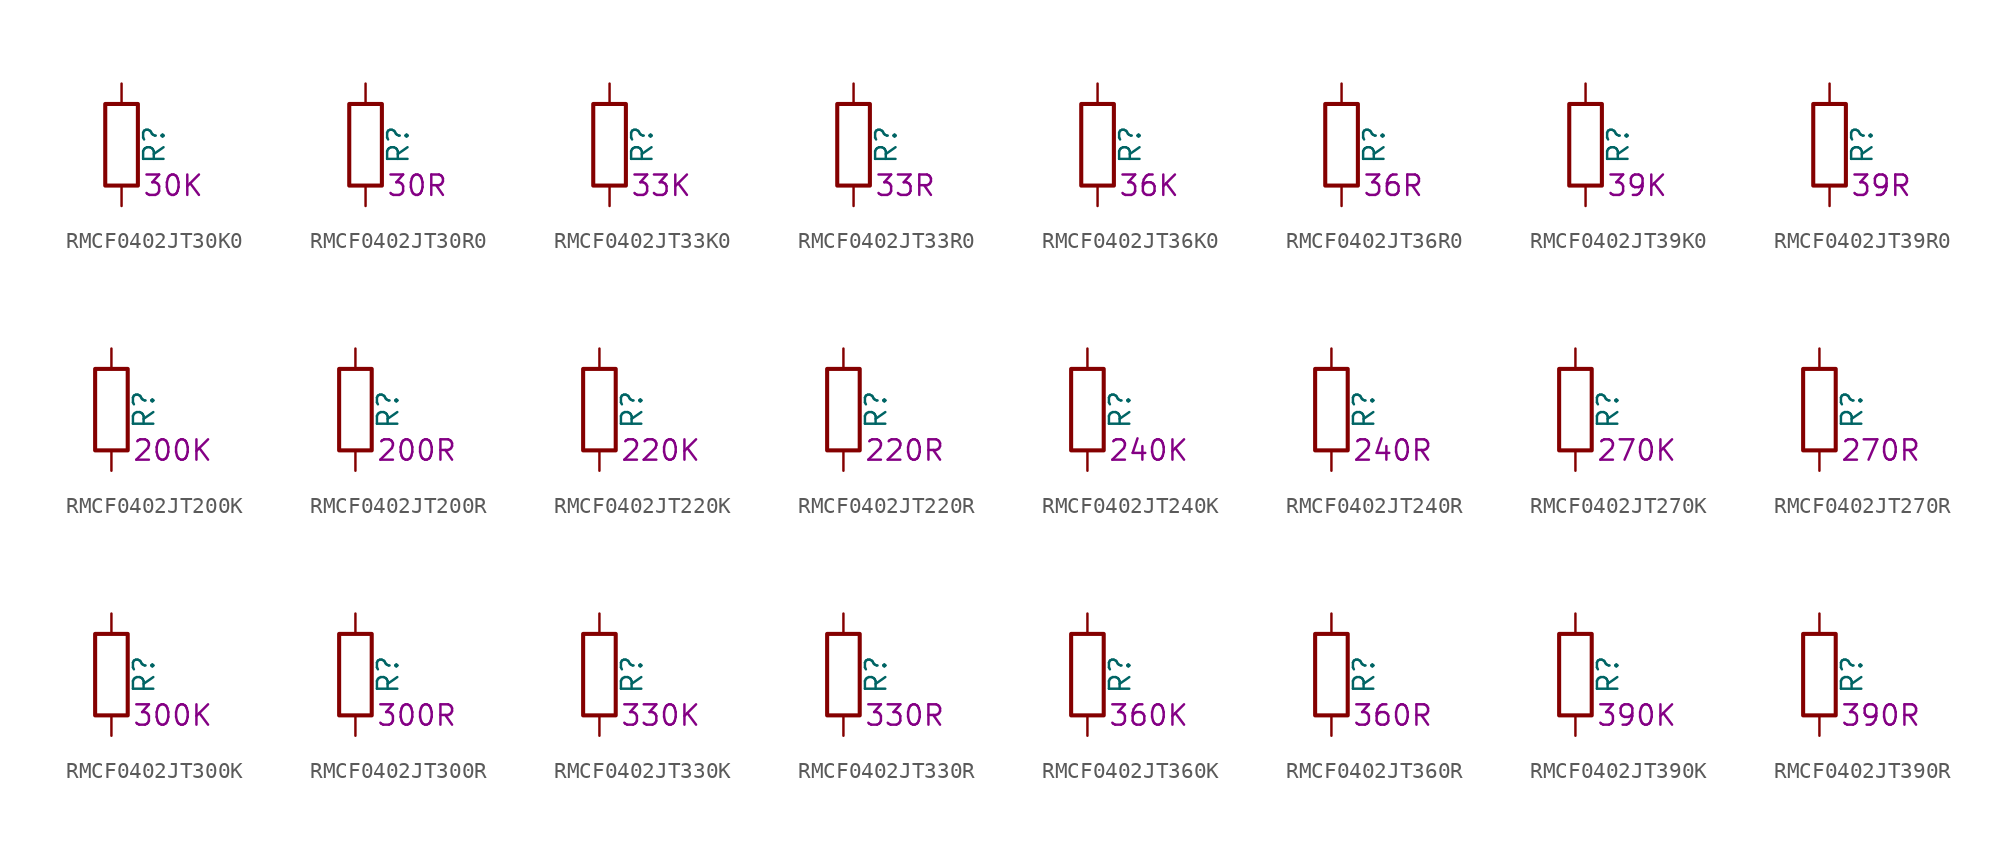
<source format=kicad_sym>
(kicad_symbol_lib
  (version 20220914)
  (generator kicad_symbol_editor)
  (symbol "RMCF0402JT30K0"
    (pin_numbers hide)
    (pin_names
      (offset 0))
    (property "Reference" "R"
      (at 2.032 0 90)
      (effects (font (size 1.27 1.27))))
    (property "Resistance" "30K"
      (at 1.27 -2.54 0)
      (effects (font (size 1.27 1.27)) (justify left)))
    (symbol "RMCF0402JT30K0_0_1"
      (rectangle (start -1.016 -2.54) (end 1.016 2.54) (stroke (width 0.254) (type default)) (fill (type none))))
    (symbol "RMCF0402JT30K0_1_1"
      (pin passive line (at 0 3.81 270) (length 1.27) (name "~" (effects (font (size 1.27 1.27)))) (number "1" (effects (font (size 1.27 1.27)))))
      (pin passive line (at 0 -3.81 90) (length 1.27) (name "~" (effects (font (size 1.27 1.27)))) (number "2" (effects (font (size 1.27 1.27)))))))
  (symbol "RMCF0402JT30R0"
    (pin_numbers hide)
    (pin_names
      (offset 0))
    (property "Reference" "R"
      (at 2.032 0 90)
      (effects (font (size 1.27 1.27))))
    (property "Resistance" "30R"
      (at 1.27 -2.54 0)
      (effects (font (size 1.27 1.27)) (justify left)))
    (symbol "RMCF0402JT30R0_0_1"
      (rectangle (start -1.016 -2.54) (end 1.016 2.54) (stroke (width 0.254) (type default)) (fill (type none))))
    (symbol "RMCF0402JT30R0_1_1"
      (pin passive line (at 0 3.81 270) (length 1.27) (name "~" (effects (font (size 1.27 1.27)))) (number "1" (effects (font (size 1.27 1.27)))))
      (pin passive line (at 0 -3.81 90) (length 1.27) (name "~" (effects (font (size 1.27 1.27)))) (number "2" (effects (font (size 1.27 1.27)))))))
  (symbol "RMCF0402JT33K0"
    (pin_numbers hide)
    (pin_names
      (offset 0))
    (property "Reference" "R"
      (at 2.032 0 90)
      (effects (font (size 1.27 1.27))))
    (property "Resistance" "33K"
      (at 1.27 -2.54 0)
      (effects (font (size 1.27 1.27)) (justify left)))
    (symbol "RMCF0402JT33K0_0_1"
      (rectangle (start -1.016 -2.54) (end 1.016 2.54) (stroke (width 0.254) (type default)) (fill (type none))))
    (symbol "RMCF0402JT33K0_1_1"
      (pin passive line (at 0 3.81 270) (length 1.27) (name "~" (effects (font (size 1.27 1.27)))) (number "1" (effects (font (size 1.27 1.27)))))
      (pin passive line (at 0 -3.81 90) (length 1.27) (name "~" (effects (font (size 1.27 1.27)))) (number "2" (effects (font (size 1.27 1.27)))))))
  (symbol "RMCF0402JT33R0"
    (pin_numbers hide)
    (pin_names
      (offset 0))
    (property "Reference" "R"
      (at 2.032 0 90)
      (effects (font (size 1.27 1.27))))
    (property "Resistance" "33R"
      (at 1.27 -2.54 0)
      (effects (font (size 1.27 1.27)) (justify left)))
    (symbol "RMCF0402JT33R0_0_1"
      (rectangle (start -1.016 -2.54) (end 1.016 2.54) (stroke (width 0.254) (type default)) (fill (type none))))
    (symbol "RMCF0402JT33R0_1_1"
      (pin passive line (at 0 3.81 270) (length 1.27) (name "~" (effects (font (size 1.27 1.27)))) (number "1" (effects (font (size 1.27 1.27)))))
      (pin passive line (at 0 -3.81 90) (length 1.27) (name "~" (effects (font (size 1.27 1.27)))) (number "2" (effects (font (size 1.27 1.27)))))))
  (symbol "RMCF0402JT36K0"
    (pin_numbers hide)
    (pin_names
      (offset 0))
    (property "Reference" "R"
      (at 2.032 0 90)
      (effects (font (size 1.27 1.27))))
    (property "Resistance" "36K"
      (at 1.27 -2.54 0)
      (effects (font (size 1.27 1.27)) (justify left)))
    (symbol "RMCF0402JT36K0_0_1"
      (rectangle (start -1.016 -2.54) (end 1.016 2.54) (stroke (width 0.254) (type default)) (fill (type none))))
    (symbol "RMCF0402JT36K0_1_1"
      (pin passive line (at 0 3.81 270) (length 1.27) (name "~" (effects (font (size 1.27 1.27)))) (number "1" (effects (font (size 1.27 1.27)))))
      (pin passive line (at 0 -3.81 90) (length 1.27) (name "~" (effects (font (size 1.27 1.27)))) (number "2" (effects (font (size 1.27 1.27)))))))
  (symbol "RMCF0402JT36R0"
    (pin_numbers hide)
    (pin_names
      (offset 0))
    (property "Reference" "R"
      (at 2.032 0 90)
      (effects (font (size 1.27 1.27))))
    (property "Resistance" "36R"
      (at 1.27 -2.54 0)
      (effects (font (size 1.27 1.27)) (justify left)))
    (symbol "RMCF0402JT36R0_0_1"
      (rectangle (start -1.016 -2.54) (end 1.016 2.54) (stroke (width 0.254) (type default)) (fill (type none))))
    (symbol "RMCF0402JT36R0_1_1"
      (pin passive line (at 0 3.81 270) (length 1.27) (name "~" (effects (font (size 1.27 1.27)))) (number "1" (effects (font (size 1.27 1.27)))))
      (pin passive line (at 0 -3.81 90) (length 1.27) (name "~" (effects (font (size 1.27 1.27)))) (number "2" (effects (font (size 1.27 1.27)))))))
  (symbol "RMCF0402JT39K0"
    (pin_numbers hide)
    (pin_names
      (offset 0))
    (property "Reference" "R"
      (at 2.032 0 90)
      (effects (font (size 1.27 1.27))))
    (property "Resistance" "39K"
      (at 1.27 -2.54 0)
      (effects (font (size 1.27 1.27)) (justify left)))
    (symbol "RMCF0402JT39K0_0_1"
      (rectangle (start -1.016 -2.54) (end 1.016 2.54) (stroke (width 0.254) (type default)) (fill (type none))))
    (symbol "RMCF0402JT39K0_1_1"
      (pin passive line (at 0 3.81 270) (length 1.27) (name "~" (effects (font (size 1.27 1.27)))) (number "1" (effects (font (size 1.27 1.27)))))
      (pin passive line (at 0 -3.81 90) (length 1.27) (name "~" (effects (font (size 1.27 1.27)))) (number "2" (effects (font (size 1.27 1.27)))))))
  (symbol "RMCF0402JT39R0"
    (pin_numbers hide)
    (pin_names
      (offset 0))
    (property "Reference" "R"
      (at 2.032 0 90)
      (effects (font (size 1.27 1.27))))
    (property "Resistance" "39R"
      (at 1.27 -2.54 0)
      (effects (font (size 1.27 1.27)) (justify left)))
    (symbol "RMCF0402JT39R0_0_1"
      (rectangle (start -1.016 -2.54) (end 1.016 2.54) (stroke (width 0.254) (type default)) (fill (type none))))
    (symbol "RMCF0402JT39R0_1_1"
      (pin passive line (at 0 3.81 270) (length 1.27) (name "~" (effects (font (size 1.27 1.27)))) (number "1" (effects (font (size 1.27 1.27)))))
      (pin passive line (at 0 -3.81 90) (length 1.27) (name "~" (effects (font (size 1.27 1.27)))) (number "2" (effects (font (size 1.27 1.27)))))))
  (symbol "RMCF0402JT200K"
    (pin_numbers hide)
    (pin_names
      (offset 0))
    (property "Reference" "R"
      (at 2.032 0 90)
      (effects (font (size 1.27 1.27))))
    (property "Resistance" "200K"
      (at 1.27 -2.54 0)
      (effects (font (size 1.27 1.27)) (justify left)))
    (symbol "RMCF0402JT200K_0_1"
      (rectangle (start -1.016 -2.54) (end 1.016 2.54) (stroke (width 0.254) (type default)) (fill (type none))))
    (symbol "RMCF0402JT200K_1_1"
      (pin passive line (at 0 3.81 270) (length 1.27) (name "~" (effects (font (size 1.27 1.27)))) (number "1" (effects (font (size 1.27 1.27)))))
      (pin passive line (at 0 -3.81 90) (length 1.27) (name "~" (effects (font (size 1.27 1.27)))) (number "2" (effects (font (size 1.27 1.27)))))))
  (symbol "RMCF0402JT200R"
    (pin_numbers hide)
    (pin_names
      (offset 0))
    (property "Reference" "R"
      (at 2.032 0 90)
      (effects (font (size 1.27 1.27))))
    (property "Resistance" "200R"
      (at 1.27 -2.54 0)
      (effects (font (size 1.27 1.27)) (justify left)))
    (symbol "RMCF0402JT200R_0_1"
      (rectangle (start -1.016 -2.54) (end 1.016 2.54) (stroke (width 0.254) (type default)) (fill (type none))))
    (symbol "RMCF0402JT200R_1_1"
      (pin passive line (at 0 3.81 270) (length 1.27) (name "~" (effects (font (size 1.27 1.27)))) (number "1" (effects (font (size 1.27 1.27)))))
      (pin passive line (at 0 -3.81 90) (length 1.27) (name "~" (effects (font (size 1.27 1.27)))) (number "2" (effects (font (size 1.27 1.27)))))))
  (symbol "RMCF0402JT220K"
    (pin_numbers hide)
    (pin_names
      (offset 0))
    (property "Reference" "R"
      (at 2.032 0 90)
      (effects (font (size 1.27 1.27))))
    (property "Resistance" "220K"
      (at 1.27 -2.54 0)
      (effects (font (size 1.27 1.27)) (justify left)))
    (symbol "RMCF0402JT220K_0_1"
      (rectangle (start -1.016 -2.54) (end 1.016 2.54) (stroke (width 0.254) (type default)) (fill (type none))))
    (symbol "RMCF0402JT220K_1_1"
      (pin passive line (at 0 3.81 270) (length 1.27) (name "~" (effects (font (size 1.27 1.27)))) (number "1" (effects (font (size 1.27 1.27)))))
      (pin passive line (at 0 -3.81 90) (length 1.27) (name "~" (effects (font (size 1.27 1.27)))) (number "2" (effects (font (size 1.27 1.27)))))))
  (symbol "RMCF0402JT220R"
    (pin_numbers hide)
    (pin_names
      (offset 0))
    (property "Reference" "R"
      (at 2.032 0 90)
      (effects (font (size 1.27 1.27))))
    (property "Resistance" "220R"
      (at 1.27 -2.54 0)
      (effects (font (size 1.27 1.27)) (justify left)))
    (symbol "RMCF0402JT220R_0_1"
      (rectangle (start -1.016 -2.54) (end 1.016 2.54) (stroke (width 0.254) (type default)) (fill (type none))))
    (symbol "RMCF0402JT220R_1_1"
      (pin passive line (at 0 3.81 270) (length 1.27) (name "~" (effects (font (size 1.27 1.27)))) (number "1" (effects (font (size 1.27 1.27)))))
      (pin passive line (at 0 -3.81 90) (length 1.27) (name "~" (effects (font (size 1.27 1.27)))) (number "2" (effects (font (size 1.27 1.27)))))))
  (symbol "RMCF0402JT240K"
    (pin_numbers hide)
    (pin_names
      (offset 0))
    (property "Reference" "R"
      (at 2.032 0 90)
      (effects (font (size 1.27 1.27))))
    (property "Resistance" "240K"
      (at 1.27 -2.54 0)
      (effects (font (size 1.27 1.27)) (justify left)))
    (symbol "RMCF0402JT240K_0_1"
      (rectangle (start -1.016 -2.54) (end 1.016 2.54) (stroke (width 0.254) (type default)) (fill (type none))))
    (symbol "RMCF0402JT240K_1_1"
      (pin passive line (at 0 3.81 270) (length 1.27) (name "~" (effects (font (size 1.27 1.27)))) (number "1" (effects (font (size 1.27 1.27)))))
      (pin passive line (at 0 -3.81 90) (length 1.27) (name "~" (effects (font (size 1.27 1.27)))) (number "2" (effects (font (size 1.27 1.27)))))))
  (symbol "RMCF0402JT240R"
    (pin_numbers hide)
    (pin_names
      (offset 0))
    (property "Reference" "R"
      (at 2.032 0 90)
      (effects (font (size 1.27 1.27))))
    (property "Resistance" "240R"
      (at 1.27 -2.54 0)
      (effects (font (size 1.27 1.27)) (justify left)))
    (symbol "RMCF0402JT240R_0_1"
      (rectangle (start -1.016 -2.54) (end 1.016 2.54) (stroke (width 0.254) (type default)) (fill (type none))))
    (symbol "RMCF0402JT240R_1_1"
      (pin passive line (at 0 3.81 270) (length 1.27) (name "~" (effects (font (size 1.27 1.27)))) (number "1" (effects (font (size 1.27 1.27)))))
      (pin passive line (at 0 -3.81 90) (length 1.27) (name "~" (effects (font (size 1.27 1.27)))) (number "2" (effects (font (size 1.27 1.27)))))))
  (symbol "RMCF0402JT270K"
    (pin_numbers hide)
    (pin_names
      (offset 0))
    (property "Reference" "R"
      (at 2.032 0 90)
      (effects (font (size 1.27 1.27))))
    (property "Resistance" "270K"
      (at 1.27 -2.54 0)
      (effects (font (size 1.27 1.27)) (justify left)))
    (symbol "RMCF0402JT270K_0_1"
      (rectangle (start -1.016 -2.54) (end 1.016 2.54) (stroke (width 0.254) (type default)) (fill (type none))))
    (symbol "RMCF0402JT270K_1_1"
      (pin passive line (at 0 3.81 270) (length 1.27) (name "~" (effects (font (size 1.27 1.27)))) (number "1" (effects (font (size 1.27 1.27)))))
      (pin passive line (at 0 -3.81 90) (length 1.27) (name "~" (effects (font (size 1.27 1.27)))) (number "2" (effects (font (size 1.27 1.27)))))))
  (symbol "RMCF0402JT270R"
    (pin_numbers hide)
    (pin_names
      (offset 0))
    (property "Reference" "R"
      (at 2.032 0 90)
      (effects (font (size 1.27 1.27))))
    (property "Resistance" "270R"
      (at 1.27 -2.54 0)
      (effects (font (size 1.27 1.27)) (justify left)))
    (symbol "RMCF0402JT270R_0_1"
      (rectangle (start -1.016 -2.54) (end 1.016 2.54) (stroke (width 0.254) (type default)) (fill (type none))))
    (symbol "RMCF0402JT270R_1_1"
      (pin passive line (at 0 3.81 270) (length 1.27) (name "~" (effects (font (size 1.27 1.27)))) (number "1" (effects (font (size 1.27 1.27)))))
      (pin passive line (at 0 -3.81 90) (length 1.27) (name "~" (effects (font (size 1.27 1.27)))) (number "2" (effects (font (size 1.27 1.27)))))))
  (symbol "RMCF0402JT300K"
    (pin_numbers hide)
    (pin_names
      (offset 0))
    (property "Reference" "R"
      (at 2.032 0 90)
      (effects (font (size 1.27 1.27))))
    (property "Resistance" "300K"
      (at 1.27 -2.54 0)
      (effects (font (size 1.27 1.27)) (justify left)))
    (symbol "RMCF0402JT300K_0_1"
      (rectangle (start -1.016 -2.54) (end 1.016 2.54) (stroke (width 0.254) (type default)) (fill (type none))))
    (symbol "RMCF0402JT300K_1_1"
      (pin passive line (at 0 3.81 270) (length 1.27) (name "~" (effects (font (size 1.27 1.27)))) (number "1" (effects (font (size 1.27 1.27)))))
      (pin passive line (at 0 -3.81 90) (length 1.27) (name "~" (effects (font (size 1.27 1.27)))) (number "2" (effects (font (size 1.27 1.27)))))))
  (symbol "RMCF0402JT300R"
    (pin_numbers hide)
    (pin_names
      (offset 0))
    (property "Reference" "R"
      (at 2.032 0 90)
      (effects (font (size 1.27 1.27))))
    (property "Resistance" "300R"
      (at 1.27 -2.54 0)
      (effects (font (size 1.27 1.27)) (justify left)))
    (symbol "RMCF0402JT300R_0_1"
      (rectangle (start -1.016 -2.54) (end 1.016 2.54) (stroke (width 0.254) (type default)) (fill (type none))))
    (symbol "RMCF0402JT300R_1_1"
      (pin passive line (at 0 3.81 270) (length 1.27) (name "~" (effects (font (size 1.27 1.27)))) (number "1" (effects (font (size 1.27 1.27)))))
      (pin passive line (at 0 -3.81 90) (length 1.27) (name "~" (effects (font (size 1.27 1.27)))) (number "2" (effects (font (size 1.27 1.27)))))))
  (symbol "RMCF0402JT330K"
    (pin_numbers hide)
    (pin_names
      (offset 0))
    (property "Reference" "R"
      (at 2.032 0 90)
      (effects (font (size 1.27 1.27))))
    (property "Resistance" "330K"
      (at 1.27 -2.54 0)
      (effects (font (size 1.27 1.27)) (justify left)))
    (symbol "RMCF0402JT330K_0_1"
      (rectangle (start -1.016 -2.54) (end 1.016 2.54) (stroke (width 0.254) (type default)) (fill (type none))))
    (symbol "RMCF0402JT330K_1_1"
      (pin passive line (at 0 3.81 270) (length 1.27) (name "~" (effects (font (size 1.27 1.27)))) (number "1" (effects (font (size 1.27 1.27)))))
      (pin passive line (at 0 -3.81 90) (length 1.27) (name "~" (effects (font (size 1.27 1.27)))) (number "2" (effects (font (size 1.27 1.27)))))))
  (symbol "RMCF0402JT330R"
    (pin_numbers hide)
    (pin_names
      (offset 0))
    (property "Reference" "R"
      (at 2.032 0 90)
      (effects (font (size 1.27 1.27))))
    (property "Resistance" "330R"
      (at 1.27 -2.54 0)
      (effects (font (size 1.27 1.27)) (justify left)))
    (symbol "RMCF0402JT330R_0_1"
      (rectangle (start -1.016 -2.54) (end 1.016 2.54) (stroke (width 0.254) (type default)) (fill (type none))))
    (symbol "RMCF0402JT330R_1_1"
      (pin passive line (at 0 3.81 270) (length 1.27) (name "~" (effects (font (size 1.27 1.27)))) (number "1" (effects (font (size 1.27 1.27)))))
      (pin passive line (at 0 -3.81 90) (length 1.27) (name "~" (effects (font (size 1.27 1.27)))) (number "2" (effects (font (size 1.27 1.27)))))))
  (symbol "RMCF0402JT360K"
    (pin_numbers hide)
    (pin_names
      (offset 0))
    (property "Reference" "R"
      (at 2.032 0 90)
      (effects (font (size 1.27 1.27))))
    (property "Resistance" "360K"
      (at 1.27 -2.54 0)
      (effects (font (size 1.27 1.27)) (justify left)))
    (symbol "RMCF0402JT360K_0_1"
      (rectangle (start -1.016 -2.54) (end 1.016 2.54) (stroke (width 0.254) (type default)) (fill (type none))))
    (symbol "RMCF0402JT360K_1_1"
      (pin passive line (at 0 3.81 270) (length 1.27) (name "~" (effects (font (size 1.27 1.27)))) (number "1" (effects (font (size 1.27 1.27)))))
      (pin passive line (at 0 -3.81 90) (length 1.27) (name "~" (effects (font (size 1.27 1.27)))) (number "2" (effects (font (size 1.27 1.27)))))))
  (symbol "RMCF0402JT360R"
    (pin_numbers hide)
    (pin_names
      (offset 0))
    (property "Reference" "R"
      (at 2.032 0 90)
      (effects (font (size 1.27 1.27))))
    (property "Resistance" "360R"
      (at 1.27 -2.54 0)
      (effects (font (size 1.27 1.27)) (justify left)))
    (symbol "RMCF0402JT360R_0_1"
      (rectangle (start -1.016 -2.54) (end 1.016 2.54) (stroke (width 0.254) (type default)) (fill (type none))))
    (symbol "RMCF0402JT360R_1_1"
      (pin passive line (at 0 3.81 270) (length 1.27) (name "~" (effects (font (size 1.27 1.27)))) (number "1" (effects (font (size 1.27 1.27)))))
      (pin passive line (at 0 -3.81 90) (length 1.27) (name "~" (effects (font (size 1.27 1.27)))) (number "2" (effects (font (size 1.27 1.27)))))))
  (symbol "RMCF0402JT390K"
    (pin_numbers hide)
    (pin_names
      (offset 0))
    (property "Reference" "R"
      (at 2.032 0 90)
      (effects (font (size 1.27 1.27))))
    (property "Resistance" "390K"
      (at 1.27 -2.54 0)
      (effects (font (size 1.27 1.27)) (justify left)))
    (symbol "RMCF0402JT390K_0_1"
      (rectangle (start -1.016 -2.54) (end 1.016 2.54) (stroke (width 0.254) (type default)) (fill (type none))))
    (symbol "RMCF0402JT390K_1_1"
      (pin passive line (at 0 3.81 270) (length 1.27) (name "~" (effects (font (size 1.27 1.27)))) (number "1" (effects (font (size 1.27 1.27)))))
      (pin passive line (at 0 -3.81 90) (length 1.27) (name "~" (effects (font (size 1.27 1.27)))) (number "2" (effects (font (size 1.27 1.27)))))))
  (symbol "RMCF0402JT390R"
    (pin_numbers hide)
    (pin_names
      (offset 0))
    (property "Reference" "R"
      (at 2.032 0 90)
      (effects (font (size 1.27 1.27))))
    (property "Resistance" "390R"
      (at 1.27 -2.54 0)
      (effects (font (size 1.27 1.27)) (justify left)))
    (symbol "RMCF0402JT390R_0_1"
      (rectangle (start -1.016 -2.54) (end 1.016 2.54) (stroke (width 0.254) (type default)) (fill (type none))))
    (symbol "RMCF0402JT390R_1_1"
      (pin passive line (at 0 3.81 270) (length 1.27) (name "~" (effects (font (size 1.27 1.27)))) (number "1" (effects (font (size 1.27 1.27)))))
      (pin passive line (at 0 -3.81 90) (length 1.27) (name "~" (effects (font (size 1.27 1.27)))) (number "2" (effects (font (size 1.27 1.27))))))))
</source>
